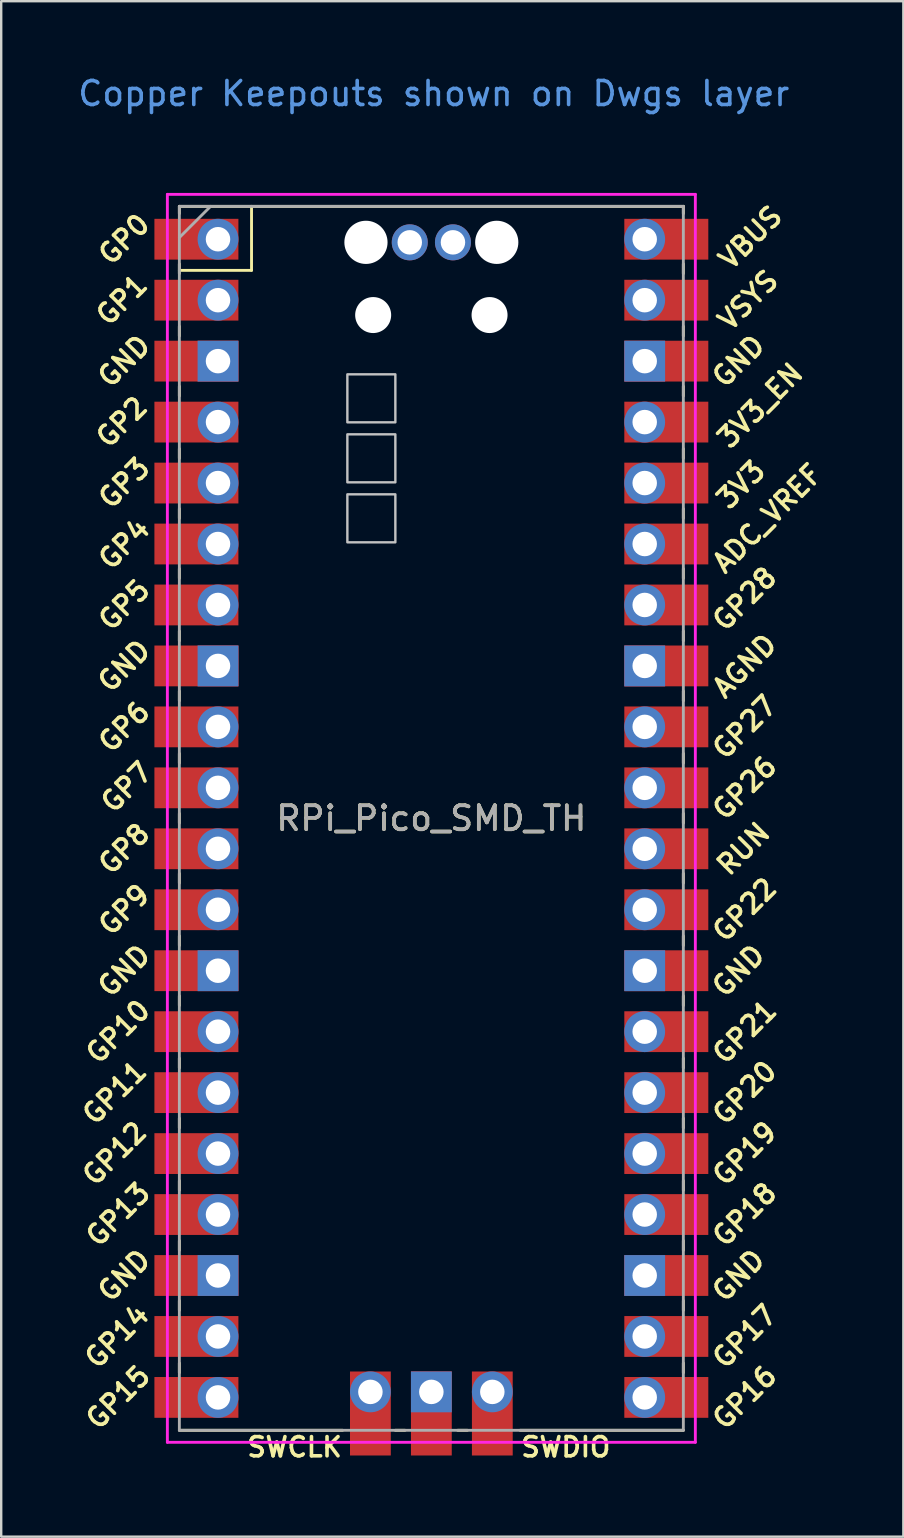
<source format=kicad_pcb>
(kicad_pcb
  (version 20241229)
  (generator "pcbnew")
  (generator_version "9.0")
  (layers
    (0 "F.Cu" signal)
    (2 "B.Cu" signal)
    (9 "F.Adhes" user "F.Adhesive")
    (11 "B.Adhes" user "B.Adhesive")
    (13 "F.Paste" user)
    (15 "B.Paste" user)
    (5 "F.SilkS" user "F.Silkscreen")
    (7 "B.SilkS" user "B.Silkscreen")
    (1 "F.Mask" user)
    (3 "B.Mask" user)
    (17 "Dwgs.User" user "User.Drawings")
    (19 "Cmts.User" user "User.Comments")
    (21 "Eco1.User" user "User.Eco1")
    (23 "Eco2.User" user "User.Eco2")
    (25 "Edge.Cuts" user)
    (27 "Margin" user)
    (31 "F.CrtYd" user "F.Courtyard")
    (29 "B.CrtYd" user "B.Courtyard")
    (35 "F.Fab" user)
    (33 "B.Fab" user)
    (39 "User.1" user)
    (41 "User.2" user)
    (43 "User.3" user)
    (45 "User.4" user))
  (footprint "RPi_Pico_SMD_TH"
    (layer "F.Cu")
    (at 14.924 31.048)
    (property "Reference" "RPi_Pico_SMD_TH" (at 0 0 0) (layer "F.SilkS") (effects (font (size 1 1) (thickness 0.15))))
    (attr through_hole)
    (fp_line (start -10.5 -25.5) (end -10.5 -25.2) (stroke (width 0.12) (type solid)) (layer "F.SilkS"))
    (fp_line (start -10.5 -25.5) (end 10.5 -25.5) (stroke (width 0.12) (type solid)) (layer "F.SilkS"))
    (fp_line (start -10.5 -23.1) (end -10.5 -22.7) (stroke (width 0.12) (type solid)) (layer "F.SilkS"))
    (fp_line (start -10.5 -22.833) (end -7.493 -22.833) (stroke (width 0.12) (type solid)) (layer "F.SilkS"))
    (fp_line (start -10.5 -20.5) (end -10.5 -20.1) (stroke (width 0.12) (type solid)) (layer "F.SilkS"))
    (fp_line (start -10.5 -18) (end -10.5 -17.6) (stroke (width 0.12) (type solid)) (layer "F.SilkS"))
    (fp_line (start -10.5 -15.4) (end -10.5 -15) (stroke (width 0.12) (type solid)) (layer "F.SilkS"))
    (fp_line (start -10.5 -12.9) (end -10.5 -12.5) (stroke (width 0.12) (type solid)) (layer "F.SilkS"))
    (fp_line (start -10.5 -10.4) (end -10.5 -10) (stroke (width 0.12) (type solid)) (layer "F.SilkS"))
    (fp_line (start -10.5 -7.8) (end -10.5 -7.4) (stroke (width 0.12) (type solid)) (layer "F.SilkS"))
    (fp_line (start -10.5 -5.3) (end -10.5 -4.9) (stroke (width 0.12) (type solid)) (layer "F.SilkS"))
    (fp_line (start -10.5 -2.7) (end -10.5 -2.3) (stroke (width 0.12) (type solid)) (layer "F.SilkS"))
    (fp_line (start -10.5 -0.2) (end -10.5 0.2) (stroke (width 0.12) (type solid)) (layer "F.SilkS"))
    (fp_line (start -10.5 2.3) (end -10.5 2.7) (stroke (width 0.12) (type solid)) (layer "F.SilkS"))
    (fp_line (start -10.5 4.9) (end -10.5 5.3) (stroke (width 0.12) (type solid)) (layer "F.SilkS"))
    (fp_line (start -10.5 7.4) (end -10.5 7.8) (stroke (width 0.12) (type solid)) (layer "F.SilkS"))
    (fp_line (start -10.5 10) (end -10.5 10.4) (stroke (width 0.12) (type solid)) (layer "F.SilkS"))
    (fp_line (start -10.5 12.5) (end -10.5 12.9) (stroke (width 0.12) (type solid)) (layer "F.SilkS"))
    (fp_line (start -10.5 15.1) (end -10.5 15.5) (stroke (width 0.12) (type solid)) (layer "F.SilkS"))
    (fp_line (start -10.5 17.6) (end -10.5 18) (stroke (width 0.12) (type solid)) (layer "F.SilkS"))
    (fp_line (start -10.5 20.1) (end -10.5 20.5) (stroke (width 0.12) (type solid)) (layer "F.SilkS"))
    (fp_line (start -10.5 22.7) (end -10.5 23.1) (stroke (width 0.12) (type solid)) (layer "F.SilkS"))
    (fp_line (start -7.493 -22.833) (end -7.493 -25.5) (stroke (width 0.12) (type solid)) (layer "F.SilkS"))
    (fp_line (start -3.7 25.5) (end -10.5 25.5) (stroke (width 0.12) (type solid)) (layer "F.SilkS"))
    (fp_line (start -1.5 25.5) (end -1.1 25.5) (stroke (width 0.12) (type solid)) (layer "F.SilkS"))
    (fp_line (start 1.1 25.5) (end 1.5 25.5) (stroke (width 0.12) (type solid)) (layer "F.SilkS"))
    (fp_line (start 10.5 -25.5) (end 10.5 -25.2) (stroke (width 0.12) (type solid)) (layer "F.SilkS"))
    (fp_line (start 10.5 -23.1) (end 10.5 -22.7) (stroke (width 0.12) (type solid)) (layer "F.SilkS"))
    (fp_line (start 10.5 -20.5) (end 10.5 -20.1) (stroke (width 0.12) (type solid)) (layer "F.SilkS"))
    (fp_line (start 10.5 -18) (end 10.5 -17.6) (stroke (width 0.12) (type solid)) (layer "F.SilkS"))
    (fp_line (start 10.5 -15.4) (end 10.5 -15) (stroke (width 0.12) (type solid)) (layer "F.SilkS"))
    (fp_line (start 10.5 -12.9) (end 10.5 -12.5) (stroke (width 0.12) (type solid)) (layer "F.SilkS"))
    (fp_line (start 10.5 -10.4) (end 10.5 -10) (stroke (width 0.12) (type solid)) (layer "F.SilkS"))
    (fp_line (start 10.5 -7.8) (end 10.5 -7.4) (stroke (width 0.12) (type solid)) (layer "F.SilkS"))
    (fp_line (start 10.5 -5.3) (end 10.5 -4.9) (stroke (width 0.12) (type solid)) (layer "F.SilkS"))
    (fp_line (start 10.5 -2.7) (end 10.5 -2.3) (stroke (width 0.12) (type solid)) (layer "F.SilkS"))
    (fp_line (start 10.5 -0.2) (end 10.5 0.2) (stroke (width 0.12) (type solid)) (layer "F.SilkS"))
    (fp_line (start 10.5 2.3) (end 10.5 2.7) (stroke (width 0.12) (type solid)) (layer "F.SilkS"))
    (fp_line (start 10.5 4.9) (end 10.5 5.3) (stroke (width 0.12) (type solid)) (layer "F.SilkS"))
    (fp_line (start 10.5 7.4) (end 10.5 7.8) (stroke (width 0.12) (type solid)) (layer "F.SilkS"))
    (fp_line (start 10.5 10) (end 10.5 10.4) (stroke (width 0.12) (type solid)) (layer "F.SilkS"))
    (fp_line (start 10.5 12.5) (end 10.5 12.9) (stroke (width 0.12) (type solid)) (layer "F.SilkS"))
    (fp_line (start 10.5 15.1) (end 10.5 15.5) (stroke (width 0.12) (type solid)) (layer "F.SilkS"))
    (fp_line (start 10.5 17.6) (end 10.5 18) (stroke (width 0.12) (type solid)) (layer "F.SilkS"))
    (fp_line (start 10.5 20.1) (end 10.5 20.5) (stroke (width 0.12) (type solid)) (layer "F.SilkS"))
    (fp_line (start 10.5 22.7) (end 10.5 23.1) (stroke (width 0.12) (type solid)) (layer "F.SilkS"))
    (fp_line (start 10.5 25.5) (end 3.7 25.5) (stroke (width 0.12) (type solid)) (layer "F.SilkS"))
    (fp_poly (pts (xy -1.5 -16.5) (xy -3.5 -16.5) (xy -3.5 -18.5) (xy -1.5 -18.5)) (stroke (width 0.1) (type solid)) (fill no) (layer "Dwgs.User"))
    (fp_poly (pts (xy -1.5 -14) (xy -3.5 -14) (xy -3.5 -16) (xy -1.5 -16)) (stroke (width 0.1) (type solid)) (fill no) (layer "Dwgs.User"))
    (fp_poly (pts (xy -1.5 -11.5) (xy -3.5 -11.5) (xy -3.5 -13.5) (xy -1.5 -13.5)) (stroke (width 0.1) (type solid)) (fill no) (layer "Dwgs.User"))
    (fp_line (start -11 -26) (end 11 -26) (stroke (width 0.12) (type solid)) (layer "F.CrtYd"))
    (fp_line (start -11 26) (end -11 -26) (stroke (width 0.12) (type solid)) (layer "F.CrtYd"))
    (fp_line (start 11 -26) (end 11 26) (stroke (width 0.12) (type solid)) (layer "F.CrtYd"))
    (fp_line (start 11 26) (end -11 26) (stroke (width 0.12) (type solid)) (layer "F.CrtYd"))
    (fp_line (start -10.5 -25.5) (end 10.5 -25.5) (stroke (width 0.12) (type solid)) (layer "F.Fab"))
    (fp_line (start -10.5 -24.2) (end -9.2 -25.5) (stroke (width 0.12) (type solid)) (layer "F.Fab"))
    (fp_line (start -10.5 25.5) (end -10.5 -25.5) (stroke (width 0.12) (type solid)) (layer "F.Fab"))
    (fp_line (start 10.5 -25.5) (end 10.5 25.5) (stroke (width 0.12) (type solid)) (layer "F.Fab"))
    (fp_line (start 10.5 25.5) (end -10.5 25.5) (stroke (width 0.12) (type solid)) (layer "F.Fab"))
    (fp_text user "SWDIO" (at 5.6 26.2 0) (layer "F.SilkS") (effects (font (size 0.8 0.8) (thickness 0.15))))
    (fp_text user "GP14" (at -13.1 21.59 45) (layer "F.SilkS") (effects (font (size 0.8 0.8) (thickness 0.15))))
    (fp_text user "GP22" (at 13.054 3.81 45) (layer "F.SilkS") (effects (font (size 0.8 0.8) (thickness 0.15))))
    (fp_text user "GND" (at -12.8 -6.35 45) (layer "F.SilkS") (effects (font (size 0.8 0.8) (thickness 0.15))))
    (fp_text user "3V3" (at 12.9 -13.9 45) (layer "F.SilkS") (effects (font (size 0.8 0.8) (thickness 0.15))))
    (fp_text user "GP13" (at -13.054 16.51 45) (layer "F.SilkS") (effects (font (size 0.8 0.8) (thickness 0.15))))
    (fp_text user "GP28" (at 13.054 -9.144 45) (layer "F.SilkS") (effects (font (size 0.8 0.8) (thickness 0.15))))
    (fp_text user "GND" (at 12.8 6.35 45) (layer "F.SilkS") (effects (font (size 0.8 0.8) (thickness 0.15))))
    (fp_text user "GP12" (at -13.2 13.97 45) (layer "F.SilkS") (effects (font (size 0.8 0.8) (thickness 0.15))))
    (fp_text user "GP0" (at -12.8 -24.13 45) (layer "F.SilkS") (effects (font (size 0.8 0.8) (thickness 0.15))))
    (fp_text user "GP19" (at 13.054 13.97 45) (layer "F.SilkS") (effects (font (size 0.8 0.8) (thickness 0.15))))
    (fp_text user "GP10" (at -13.054 8.89 45) (layer "F.SilkS") (effects (font (size 0.8 0.8) (thickness 0.15))))
    (fp_text user "GND" (at 12.8 19.05 45) (layer "F.SilkS") (effects (font (size 0.8 0.8) (thickness 0.15))))
    (fp_text user "GP4" (at -12.8 -11.43 45) (layer "F.SilkS") (effects (font (size 0.8 0.8) (thickness 0.15))))
    (fp_text user "GP21" (at 13.054 8.9 45) (layer "F.SilkS") (effects (font (size 0.8 0.8) (thickness 0.15))))
    (fp_text user "GP11" (at -13.2 11.43 45) (layer "F.SilkS") (effects (font (size 0.8 0.8) (thickness 0.15))))
    (fp_text user "GP17" (at 13.054 21.59 45) (layer "F.SilkS") (effects (font (size 0.8 0.8) (thickness 0.15))))
    (fp_text user "GND" (at 12.8 -19.05 45) (layer "F.SilkS") (effects (font (size 0.8 0.8) (thickness 0.15))))
    (fp_text user "AGND" (at 13.054 -6.35 45) (layer "F.SilkS") (effects (font (size 0.8 0.8) (thickness 0.15))))
    (fp_text user "GP18" (at 13.054 16.51 45) (layer "F.SilkS") (effects (font (size 0.8 0.8) (thickness 0.15))))
    (fp_text user "GP2" (at -12.9 -16.51 45) (layer "F.SilkS") (effects (font (size 0.8 0.8) (thickness 0.15))))
    (fp_text user "GP6" (at -12.8 -3.81 45) (layer "F.SilkS") (effects (font (size 0.8 0.8) (thickness 0.15))))
    (fp_text user "GP5" (at -12.8 -8.89 45) (layer "F.SilkS") (effects (font (size 0.8 0.8) (thickness 0.15))))
    (fp_text user "3V3_EN" (at 13.7 -17.2 45) (layer "F.SilkS") (effects (font (size 0.8 0.8) (thickness 0.15))))
    (fp_text user "VBUS" (at 13.3 -24.2 45) (layer "F.SilkS") (effects (font (size 0.8 0.8) (thickness 0.15))))
    (fp_text user "GP15" (at -13.054 24.13 45) (layer "F.SilkS") (effects (font (size 0.8 0.8) (thickness 0.15))))
    (fp_text user "SWCLK" (at -5.7 26.2 0) (layer "F.SilkS") (effects (font (size 0.8 0.8) (thickness 0.15))))
    (fp_text user "GP3" (at -12.8 -13.97 45) (layer "F.SilkS") (effects (font (size 0.8 0.8) (thickness 0.15))))
    (fp_text user "GP27" (at 13.054 -3.8 45) (layer "F.SilkS") (effects (font (size 0.8 0.8) (thickness 0.15))))
    (fp_text user "GP7" (at -12.7 -1.3 45) (layer "F.SilkS") (effects (font (size 0.8 0.8) (thickness 0.15))))
    (fp_text user "RUN" (at 13 1.27 45) (layer "F.SilkS") (effects (font (size 0.8 0.8) (thickness 0.15))))
    (fp_text user "GP16" (at 13.054 24.13 45) (layer "F.SilkS") (effects (font (size 0.8 0.8) (thickness 0.15))))
    (fp_text user "GP1" (at -12.9 -21.6 45) (layer "F.SilkS") (effects (font (size 0.8 0.8) (thickness 0.15))))
    (fp_text user "GND" (at -12.8 -19.05 45) (layer "F.SilkS") (effects (font (size 0.8 0.8) (thickness 0.15))))
    (fp_text user "GND" (at -12.8 6.35 45) (layer "F.SilkS") (effects (font (size 0.8 0.8) (thickness 0.15))))
    (fp_text user "VSYS" (at 13.2 -21.59 45) (layer "F.SilkS") (effects (font (size 0.8 0.8) (thickness 0.15))))
    (fp_text user "GP9" (at -12.8 3.81 45) (layer "F.SilkS") (effects (font (size 0.8 0.8) (thickness 0.15))))
    (fp_text user "GP20" (at 13.054 11.43 45) (layer "F.SilkS") (effects (font (size 0.8 0.8) (thickness 0.15))))
    (fp_text user "GP8" (at -12.8 1.27 45) (layer "F.SilkS") (effects (font (size 0.8 0.8) (thickness 0.15))))
    (fp_text user "ADC_VREF" (at 14 -12.5 45) (layer "F.SilkS") (effects (font (size 0.8 0.8) (thickness 0.15))))
    (fp_text user "GND" (at -12.8 19.05 45) (layer "F.SilkS") (effects (font (size 0.8 0.8) (thickness 0.15))))
    (fp_text user "GP26" (at 13.054 -1.27 45) (layer "F.SilkS") (effects (font (size 0.8 0.8) (thickness 0.15))))
    (fp_text user "Copper Keepouts shown on Dwgs layer" (at 0.1 -30.2 0) (layer "Cmts.User") (effects (font (size 1 1) (thickness 0.15))))
    (fp_text user "${REFERENCE}" (at 0 0 180) (layer "F.Fab") (effects (font (size 1 1) (thickness 0.15))))
    (pad "" np_thru_hole oval (at -2.725 -24) (size 1.8 1.8) (drill 1.8) (layers "*.Cu" "*.Mask"))
    (pad "" np_thru_hole oval (at -2.425 -20.97) (size 1.5 1.5) (drill 1.5) (layers "*.Cu" "*.Mask"))
    (pad "" np_thru_hole oval (at 2.425 -20.97) (size 1.5 1.5) (drill 1.5) (layers "*.Cu" "*.Mask"))
    (pad "" np_thru_hole oval (at 2.725 -24) (size 1.8 1.8) (drill 1.8) (layers "*.Cu" "*.Mask"))
    (pad "1" thru_hole oval (at -8.89 -24.13) (size 1.7 1.7) (drill 1.02) (layers "*.Cu" "*.Mask"))
    (pad "1" smd rect (at -8.89 -24.13) (size 3.5 1.7) (drill (offset -0.9 0)) (layers "F.Cu" "F.Mask"))
    (pad "2" thru_hole oval (at -8.89 -21.59) (size 1.7 1.7) (drill 1.02) (layers "*.Cu" "*.Mask"))
    (pad "2" smd rect (at -8.89 -21.59) (size 3.5 1.7) (drill (offset -0.9 0)) (layers "F.Cu" "F.Mask"))
    (pad "3" thru_hole rect (at -8.89 -19.05) (size 1.7 1.7) (drill 1.02) (layers "*.Cu" "*.Mask"))
    (pad "3" smd rect (at -8.89 -19.05) (size 3.5 1.7) (drill (offset -0.9 0)) (layers "F.Cu" "F.Mask"))
    (pad "4" thru_hole oval (at -8.89 -16.51) (size 1.7 1.7) (drill 1.02) (layers "*.Cu" "*.Mask"))
    (pad "4" smd rect (at -8.89 -16.51) (size 3.5 1.7) (drill (offset -0.9 0)) (layers "F.Cu" "F.Mask"))
    (pad "5" thru_hole oval (at -8.89 -13.97) (size 1.7 1.7) (drill 1.02) (layers "*.Cu" "*.Mask"))
    (pad "5" smd rect (at -8.89 -13.97) (size 3.5 1.7) (drill (offset -0.9 0)) (layers "F.Cu" "F.Mask"))
    (pad "6" thru_hole oval (at -8.89 -11.43) (size 1.7 1.7) (drill 1.02) (layers "*.Cu" "*.Mask"))
    (pad "6" smd rect (at -8.89 -11.43) (size 3.5 1.7) (drill (offset -0.9 0)) (layers "F.Cu" "F.Mask"))
    (pad "7" thru_hole oval (at -8.89 -8.89) (size 1.7 1.7) (drill 1.02) (layers "*.Cu" "*.Mask"))
    (pad "7" smd rect (at -8.89 -8.89) (size 3.5 1.7) (drill (offset -0.9 0)) (layers "F.Cu" "F.Mask"))
    (pad "8" thru_hole rect (at -8.89 -6.35) (size 1.7 1.7) (drill 1.02) (layers "*.Cu" "*.Mask"))
    (pad "8" smd rect (at -8.89 -6.35) (size 3.5 1.7) (drill (offset -0.9 0)) (layers "F.Cu" "F.Mask"))
    (pad "9" thru_hole oval (at -8.89 -3.81) (size 1.7 1.7) (drill 1.02) (layers "*.Cu" "*.Mask"))
    (pad "9" smd rect (at -8.89 -3.81) (size 3.5 1.7) (drill (offset -0.9 0)) (layers "F.Cu" "F.Mask"))
    (pad "10" thru_hole oval (at -8.89 -1.27) (size 1.7 1.7) (drill 1.02) (layers "*.Cu" "*.Mask"))
    (pad "10" smd rect (at -8.89 -1.27) (size 3.5 1.7) (drill (offset -0.9 0)) (layers "F.Cu" "F.Mask"))
    (pad "11" thru_hole oval (at -8.89 1.27) (size 1.7 1.7) (drill 1.02) (layers "*.Cu" "*.Mask"))
    (pad "11" smd rect (at -8.89 1.27) (size 3.5 1.7) (drill (offset -0.9 0)) (layers "F.Cu" "F.Mask"))
    (pad "12" thru_hole oval (at -8.89 3.81) (size 1.7 1.7) (drill 1.02) (layers "*.Cu" "*.Mask"))
    (pad "12" smd rect (at -8.89 3.81) (size 3.5 1.7) (drill (offset -0.9 0)) (layers "F.Cu" "F.Mask"))
    (pad "13" thru_hole rect (at -8.89 6.35) (size 1.7 1.7) (drill 1.02) (layers "*.Cu" "*.Mask"))
    (pad "13" smd rect (at -8.89 6.35) (size 3.5 1.7) (drill (offset -0.9 0)) (layers "F.Cu" "F.Mask"))
    (pad "14" thru_hole oval (at -8.89 8.89) (size 1.7 1.7) (drill 1.02) (layers "*.Cu" "*.Mask"))
    (pad "14" smd rect (at -8.89 8.89) (size 3.5 1.7) (drill (offset -0.9 0)) (layers "F.Cu" "F.Mask"))
    (pad "15" thru_hole oval (at -8.89 11.43) (size 1.7 1.7) (drill 1.02) (layers "*.Cu" "*.Mask"))
    (pad "15" smd rect (at -8.89 11.43) (size 3.5 1.7) (drill (offset -0.9 0)) (layers "F.Cu" "F.Mask"))
    (pad "16" thru_hole oval (at -8.89 13.97) (size 1.7 1.7) (drill 1.02) (layers "*.Cu" "*.Mask"))
    (pad "16" smd rect (at -8.89 13.97) (size 3.5 1.7) (drill (offset -0.9 0)) (layers "F.Cu" "F.Mask"))
    (pad "17" thru_hole oval (at -8.89 16.51) (size 1.7 1.7) (drill 1.02) (layers "*.Cu" "*.Mask"))
    (pad "17" smd rect (at -8.89 16.51) (size 3.5 1.7) (drill (offset -0.9 0)) (layers "F.Cu" "F.Mask"))
    (pad "18" thru_hole rect (at -8.89 19.05) (size 1.7 1.7) (drill 1.02) (layers "*.Cu" "*.Mask"))
    (pad "18" smd rect (at -8.89 19.05) (size 3.5 1.7) (drill (offset -0.9 0)) (layers "F.Cu" "F.Mask"))
    (pad "19" thru_hole oval (at -8.89 21.59) (size 1.7 1.7) (drill 1.02) (layers "*.Cu" "*.Mask"))
    (pad "19" smd rect (at -8.89 21.59) (size 3.5 1.7) (drill (offset -0.9 0)) (layers "F.Cu" "F.Mask"))
    (pad "20" thru_hole oval (at -8.89 24.13) (size 1.7 1.7) (drill 1.02) (layers "*.Cu" "*.Mask"))
    (pad "20" smd rect (at -8.89 24.13) (size 3.5 1.7) (drill (offset -0.9 0)) (layers "F.Cu" "F.Mask"))
    (pad "21" thru_hole oval (at 8.89 24.13) (size 1.7 1.7) (drill 1.02) (layers "*.Cu" "*.Mask"))
    (pad "21" smd rect (at 8.89 24.13) (size 3.5 1.7) (drill (offset 0.9 0)) (layers "F.Cu" "F.Mask"))
    (pad "22" thru_hole oval (at 8.89 21.59) (size 1.7 1.7) (drill 1.02) (layers "*.Cu" "*.Mask"))
    (pad "22" smd rect (at 8.89 21.59) (size 3.5 1.7) (drill (offset 0.9 0)) (layers "F.Cu" "F.Mask"))
    (pad "23" thru_hole rect (at 8.89 19.05) (size 1.7 1.7) (drill 1.02) (layers "*.Cu" "*.Mask"))
    (pad "23" smd rect (at 8.89 19.05) (size 3.5 1.7) (drill (offset 0.9 0)) (layers "F.Cu" "F.Mask"))
    (pad "24" thru_hole oval (at 8.89 16.51) (size 1.7 1.7) (drill 1.02) (layers "*.Cu" "*.Mask"))
    (pad "24" smd rect (at 8.89 16.51) (size 3.5 1.7) (drill (offset 0.9 0)) (layers "F.Cu" "F.Mask"))
    (pad "25" thru_hole oval (at 8.89 13.97) (size 1.7 1.7) (drill 1.02) (layers "*.Cu" "*.Mask"))
    (pad "25" smd rect (at 8.89 13.97) (size 3.5 1.7) (drill (offset 0.9 0)) (layers "F.Cu" "F.Mask"))
    (pad "26" thru_hole oval (at 8.89 11.43) (size 1.7 1.7) (drill 1.02) (layers "*.Cu" "*.Mask"))
    (pad "26" smd rect (at 8.89 11.43) (size 3.5 1.7) (drill (offset 0.9 0)) (layers "F.Cu" "F.Mask"))
    (pad "27" thru_hole oval (at 8.89 8.89) (size 1.7 1.7) (drill 1.02) (layers "*.Cu" "*.Mask"))
    (pad "27" smd rect (at 8.89 8.89) (size 3.5 1.7) (drill (offset 0.9 0)) (layers "F.Cu" "F.Mask"))
    (pad "28" thru_hole rect (at 8.89 6.35) (size 1.7 1.7) (drill 1.02) (layers "*.Cu" "*.Mask"))
    (pad "28" smd rect (at 8.89 6.35) (size 3.5 1.7) (drill (offset 0.9 0)) (layers "F.Cu" "F.Mask"))
    (pad "29" thru_hole oval (at 8.89 3.81) (size 1.7 1.7) (drill 1.02) (layers "*.Cu" "*.Mask"))
    (pad "29" smd rect (at 8.89 3.81) (size 3.5 1.7) (drill (offset 0.9 0)) (layers "F.Cu" "F.Mask"))
    (pad "30" thru_hole oval (at 8.89 1.27) (size 1.7 1.7) (drill 1.02) (layers "*.Cu" "*.Mask"))
    (pad "30" smd rect (at 8.89 1.27) (size 3.5 1.7) (drill (offset 0.9 0)) (layers "F.Cu" "F.Mask"))
    (pad "31" thru_hole oval (at 8.89 -1.27) (size 1.7 1.7) (drill 1.02) (layers "*.Cu" "*.Mask"))
    (pad "31" smd rect (at 8.89 -1.27) (size 3.5 1.7) (drill (offset 0.9 0)) (layers "F.Cu" "F.Mask"))
    (pad "32" thru_hole oval (at 8.89 -3.81) (size 1.7 1.7) (drill 1.02) (layers "*.Cu" "*.Mask"))
    (pad "32" smd rect (at 8.89 -3.81) (size 3.5 1.7) (drill (offset 0.9 0)) (layers "F.Cu" "F.Mask"))
    (pad "33" thru_hole rect (at 8.89 -6.35) (size 1.7 1.7) (drill 1.02) (layers "*.Cu" "*.Mask"))
    (pad "33" smd rect (at 8.89 -6.35) (size 3.5 1.7) (drill (offset 0.9 0)) (layers "F.Cu" "F.Mask"))
    (pad "34" thru_hole oval (at 8.89 -8.89) (size 1.7 1.7) (drill 1.02) (layers "*.Cu" "*.Mask"))
    (pad "34" smd rect (at 8.89 -8.89) (size 3.5 1.7) (drill (offset 0.9 0)) (layers "F.Cu" "F.Mask"))
    (pad "35" thru_hole oval (at 8.89 -11.43) (size 1.7 1.7) (drill 1.02) (layers "*.Cu" "*.Mask"))
    (pad "35" smd rect (at 8.89 -11.43) (size 3.5 1.7) (drill (offset 0.9 0)) (layers "F.Cu" "F.Mask"))
    (pad "36" thru_hole oval (at 8.89 -13.97) (size 1.7 1.7) (drill 1.02) (layers "*.Cu" "*.Mask"))
    (pad "36" smd rect (at 8.89 -13.97) (size 3.5 1.7) (drill (offset 0.9 0)) (layers "F.Cu" "F.Mask"))
    (pad "37" thru_hole oval (at 8.89 -16.51) (size 1.7 1.7) (drill 1.02) (layers "*.Cu" "*.Mask"))
    (pad "37" smd rect (at 8.89 -16.51) (size 3.5 1.7) (drill (offset 0.9 0)) (layers "F.Cu" "F.Mask"))
    (pad "38" thru_hole rect (at 8.89 -19.05) (size 1.7 1.7) (drill 1.02) (layers "*.Cu" "*.Mask"))
    (pad "38" smd rect (at 8.89 -19.05) (size 3.5 1.7) (drill (offset 0.9 0)) (layers "F.Cu" "F.Mask"))
    (pad "39" thru_hole oval (at 8.89 -21.59) (size 1.7 1.7) (drill 1.02) (layers "*.Cu" "*.Mask"))
    (pad "39" smd rect (at 8.89 -21.59) (size 3.5 1.7) (drill (offset 0.9 0)) (layers "F.Cu" "F.Mask"))
    (pad "40" thru_hole oval (at 8.89 -24.13) (size 1.7 1.7) (drill 1.02) (layers "*.Cu" "*.Mask"))
    (pad "40" smd rect (at 8.89 -24.13) (size 3.5 1.7) (drill (offset 0.9 0)) (layers "F.Cu" "F.Mask"))
    (pad "41" thru_hole oval (at -2.54 23.9) (size 1.7 1.7) (drill 1.02) (layers "*.Cu" "*.Mask"))
    (pad "41" smd rect (at -2.54 23.9 90) (size 3.5 1.7) (drill (offset -0.9 0)) (layers "F.Cu" "F.Mask"))
    (pad "42" thru_hole rect (at 0 23.9) (size 1.7 1.7) (drill 1.02) (layers "*.Cu" "*.Mask"))
    (pad "42" smd rect (at 0 23.9 90) (size 3.5 1.7) (drill (offset -0.9 0)) (layers "F.Cu" "F.Mask"))
    (pad "43" thru_hole oval (at 2.54 23.9) (size 1.7 1.7) (drill 1.02) (layers "*.Cu" "*.Mask"))
    (pad "43" smd rect (at 2.54 23.9 90) (size 3.5 1.7) (drill (offset -0.9 0)) (layers "F.Cu" "F.Mask"))
    (pad "44" thru_hole oval (at 0.9 -24) (size 1.5 1.5) (drill 1.02) (layers "*.Cu" "*.Mask"))
    (pad "45" thru_hole oval (at -0.9 -24) (size 1.5 1.5) (drill 1.02) (layers "*.Cu" "*.Mask")))
  (gr_rect
    (start -3 -3)
    (end 34.591 60.98)
    (stroke (width 0.1) (type default))
    (fill no)
    (layer "Edge.Cuts")))
</source>
